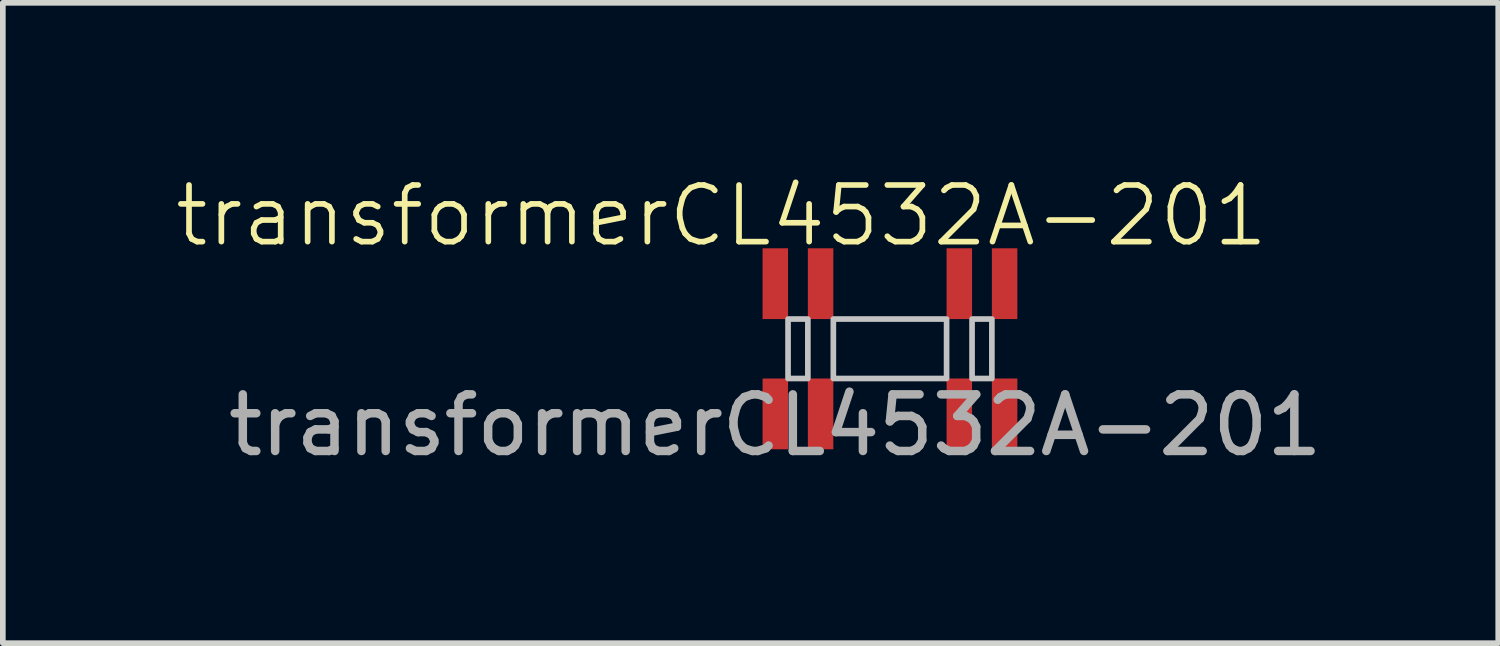
<source format=kicad_pcb>
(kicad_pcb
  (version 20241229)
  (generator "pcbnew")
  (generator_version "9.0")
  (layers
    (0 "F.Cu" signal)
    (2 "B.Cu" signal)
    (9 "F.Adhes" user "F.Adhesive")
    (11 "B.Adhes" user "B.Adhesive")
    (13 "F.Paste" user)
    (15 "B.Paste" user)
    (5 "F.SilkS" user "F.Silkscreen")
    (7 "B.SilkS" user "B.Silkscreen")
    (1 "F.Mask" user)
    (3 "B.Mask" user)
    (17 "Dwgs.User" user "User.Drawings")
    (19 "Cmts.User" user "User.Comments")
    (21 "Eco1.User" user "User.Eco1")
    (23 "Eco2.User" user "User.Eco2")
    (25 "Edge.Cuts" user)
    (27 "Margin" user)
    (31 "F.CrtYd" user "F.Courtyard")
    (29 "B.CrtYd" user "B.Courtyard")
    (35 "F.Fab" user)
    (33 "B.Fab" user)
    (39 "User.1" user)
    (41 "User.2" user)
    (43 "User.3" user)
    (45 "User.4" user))
  (footprint "transformerCL4532A-201"
    (layer "F.Cu")
    (at 10.643 1.96)
    (property "Reference" "transformerCL4532A-201" (at -0.95 -1.2 0) (unlocked yes) (layer "F.SilkS") (effects (font (size 1 1) (thickness 0.1))))
    (attr smd)
    (fp_rect (start 0.225 0.625) (end 0.575 1.675) (stroke (width 0.1) (type solid)) (fill no) (layer "Dwgs.User"))
    (fp_rect (start 1.025 0.625) (end 3.025 1.675) (stroke (width 0.1) (type solid)) (fill no) (layer "Dwgs.User"))
    (fp_rect (start 3.475 0.625) (end 3.825 1.675) (stroke (width 0.1) (type solid)) (fill no) (layer "Dwgs.User"))
    (fp_text user "${REFERENCE}" (at 0 2.5 0) (unlocked yes) (layer "F.Fab") (effects (font (size 1 1) (thickness 0.15))))
    (pad "1" smd rect (at 0 0) (size 0.45 1.25) (layers "F.Cu" "F.Mask" "F.Paste"))
    (pad "2" smd rect (at 0.8 0) (size 0.45 1.25) (layers "F.Cu" "F.Mask" "F.Paste"))
    (pad "3" smd rect (at 0.8 2.3) (size 0.45 1.25) (layers "F.Cu" "F.Mask" "F.Paste"))
    (pad "4" smd rect (at 0 2.3) (size 0.45 1.25) (layers "F.Cu" "F.Mask" "F.Paste"))
    (pad "5" smd rect (at 4.05 2.3) (size 0.45 1.25) (layers "F.Cu" "F.Mask" "F.Paste"))
    (pad "6" smd rect (at 3.25 2.3) (size 0.45 1.25) (layers "F.Cu" "F.Mask" "F.Paste"))
    (pad "7" smd rect (at 3.25 0) (size 0.45 1.25) (layers "F.Cu" "F.Mask" "F.Paste"))
    (pad "8" smd rect (at 4.05 0) (size 0.45 1.25) (layers "F.Cu" "F.Mask" "F.Paste")))
  (gr_rect
    (start -3 -3)
    (end 23.411 8.309)
    (stroke (width 0.1) (type default))
    (fill no)
    (layer "Edge.Cuts")))
</source>
